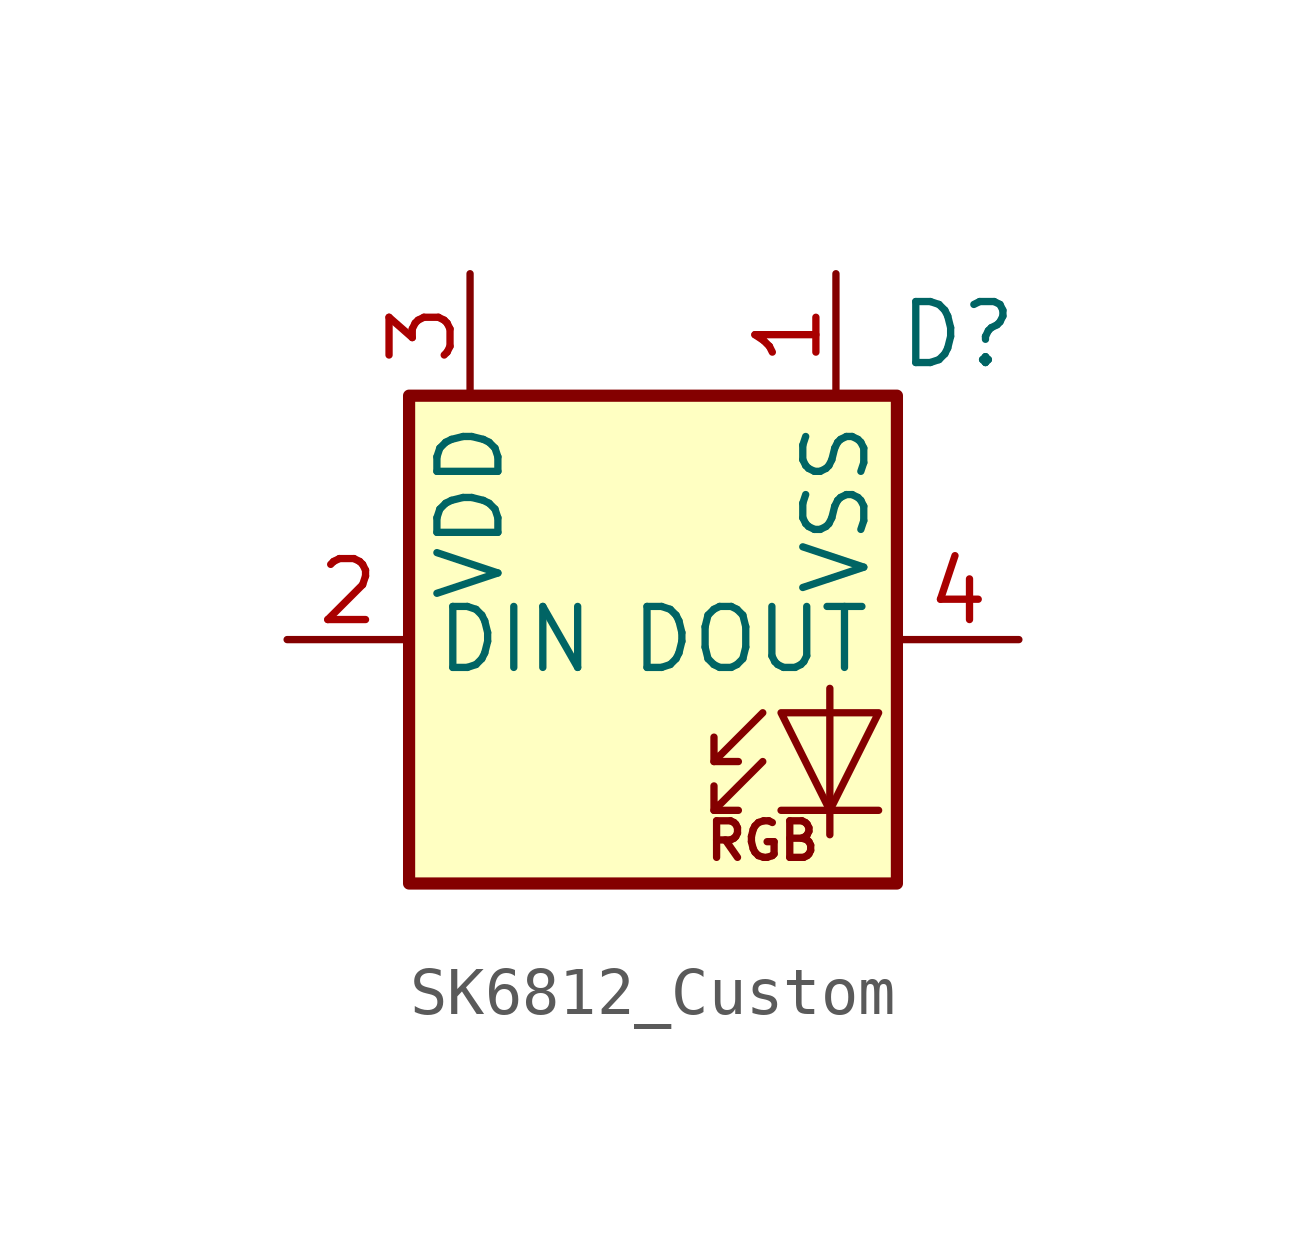
<source format=kicad_sym>
(kicad_symbol_lib
  (version 20231120)
  (generator "kicad_symbol_editor")
  (generator_version "8.0")
  (symbol "SK6812_Custom"
    (property "Reference" "D"
      (at 6.35 6.35 0)
      (effects (font (size 1.27 1.27))))
    (property "Value" ""
      (at 6.35 6.35 0)
      (effects (font (size 1.27 1.27))))
    (symbol "SK6812_Custom_0_0"
      (text "RGB" (at 2.286 -4.191 0) (effects (font (size 0.762 0.762)))))
    (symbol "SK6812_Custom_0_1"
      (polyline (pts (xy 1.27 -3.556) (xy 1.778 -3.556)) (stroke (width 0) (type default)) (fill (type none)))
      (polyline (pts (xy 1.27 -2.54) (xy 1.778 -2.54)) (stroke (width 0) (type default)) (fill (type none)))
      (polyline (pts (xy 4.699 -3.556) (xy 2.667 -3.556)) (stroke (width 0) (type default)) (fill (type none)))
      (polyline (pts (xy 2.286 -2.54) (xy 1.27 -3.556) (xy 1.27 -3.048)) (stroke (width 0) (type default)) (fill (type none)))
      (polyline (pts (xy 2.286 -1.524) (xy 1.27 -2.54) (xy 1.27 -2.032)) (stroke (width 0) (type default)) (fill (type none)))
      (polyline (pts (xy 3.683 -1.016) (xy 3.683 -3.556) (xy 3.683 -4.064)) (stroke (width 0) (type default)) (fill (type none)))
      (polyline (pts (xy 4.699 -1.524) (xy 2.667 -1.524) (xy 3.683 -3.556) (xy 4.699 -1.524)) (stroke (width 0) (type default)) (fill (type none)))
      (rectangle (start 5.08 5.08) (end -5.08 -5.08) (stroke (width 0.254) (type default)) (fill (type background))))
    (symbol "SK6812_Custom_1_1"
      (pin power_in line (at 3.81 7.62 270) (length 2.54) (name "VSS" (effects (font (size 1.27 1.27)))) (number "1" (effects (font (size 1.27 1.27)))))
      (pin input line (at -7.62 0 0) (length 2.54) (name "DIN" (effects (font (size 1.27 1.27)))) (number "2" (effects (font (size 1.27 1.27)))))
      (pin power_in line (at -3.81 7.62 270) (length 2.54) (name "VDD" (effects (font (size 1.27 1.27)))) (number "3" (effects (font (size 1.27 1.27)))))
      (pin output line (at 7.62 0 180) (length 2.54) (name "DOUT" (effects (font (size 1.27 1.27)))) (number "4" (effects (font (size 1.27 1.27))))))))
</source>
